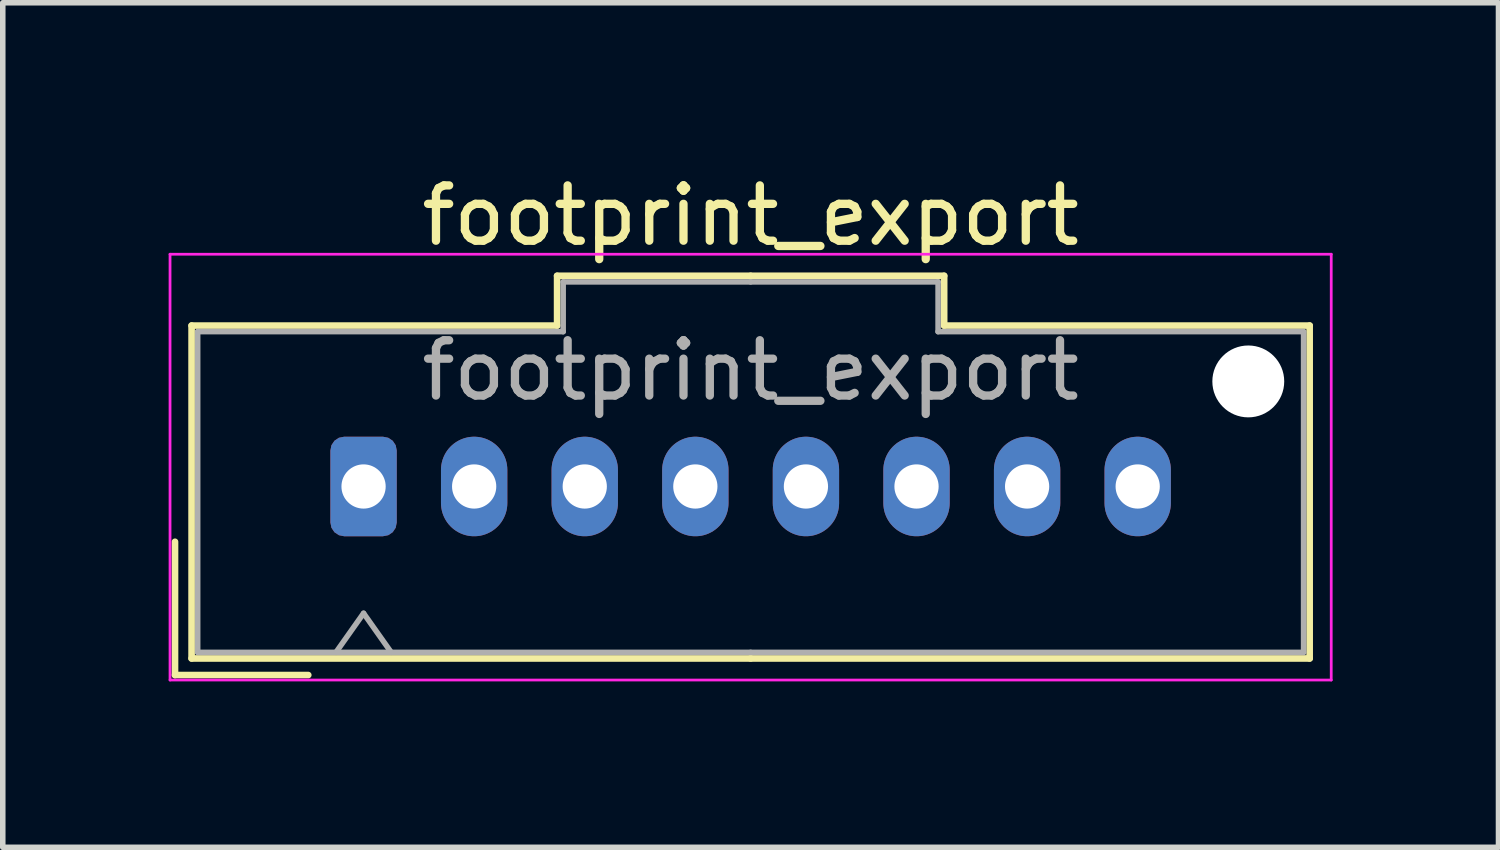
<source format=kicad_pcb>
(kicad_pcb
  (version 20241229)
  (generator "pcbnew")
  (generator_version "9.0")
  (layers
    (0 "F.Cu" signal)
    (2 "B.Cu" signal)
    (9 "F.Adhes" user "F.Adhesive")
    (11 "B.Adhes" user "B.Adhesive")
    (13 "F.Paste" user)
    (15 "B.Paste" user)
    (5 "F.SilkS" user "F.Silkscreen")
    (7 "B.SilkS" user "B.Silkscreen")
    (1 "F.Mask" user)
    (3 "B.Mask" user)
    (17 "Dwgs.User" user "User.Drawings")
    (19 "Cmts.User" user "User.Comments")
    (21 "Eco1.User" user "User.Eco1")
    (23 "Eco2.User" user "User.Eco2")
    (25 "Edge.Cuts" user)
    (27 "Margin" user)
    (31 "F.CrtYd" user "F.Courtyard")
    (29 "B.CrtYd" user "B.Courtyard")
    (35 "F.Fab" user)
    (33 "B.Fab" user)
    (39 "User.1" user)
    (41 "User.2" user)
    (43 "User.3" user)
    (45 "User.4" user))
  (footprint "footprint_export"
    (layer "F.Cu")
    (at 3.525 5.748)
    (property "Reference" "footprint_export" (at 7 -4.9 0) (layer "F.SilkS") (effects (font (size 1 1) (thickness 0.15))))
    (attr through_hole)
    (fp_line (start -3.41 1) (end -3.41 3.41) (stroke (width 0.12) (type solid)) (layer "F.SilkS"))
    (fp_line (start -3.41 3.41) (end -1 3.41) (stroke (width 0.12) (type solid)) (layer "F.SilkS"))
    (fp_line (start -3.11 -2.91) (end -3.11 3.11) (stroke (width 0.12) (type solid)) (layer "F.SilkS"))
    (fp_line (start -3.11 3.11) (end 7 3.11) (stroke (width 0.12) (type solid)) (layer "F.SilkS"))
    (fp_line (start 3.5 -3.81) (end 3.5 -2.91) (stroke (width 0.12) (type solid)) (layer "F.SilkS"))
    (fp_line (start 3.5 -2.91) (end -3.11 -2.91) (stroke (width 0.12) (type solid)) (layer "F.SilkS"))
    (fp_line (start 7 -3.81) (end 3.5 -3.81) (stroke (width 0.12) (type solid)) (layer "F.SilkS"))
    (fp_line (start 7 -3.81) (end 10.5 -3.81) (stroke (width 0.12) (type solid)) (layer "F.SilkS"))
    (fp_line (start 10.5 -3.81) (end 10.5 -2.91) (stroke (width 0.12) (type solid)) (layer "F.SilkS"))
    (fp_line (start 10.5 -2.91) (end 17.11 -2.91) (stroke (width 0.12) (type solid)) (layer "F.SilkS"))
    (fp_line (start 17.11 -2.91) (end 17.11 3.11) (stroke (width 0.12) (type solid)) (layer "F.SilkS"))
    (fp_line (start 17.11 3.11) (end 7 3.11) (stroke (width 0.12) (type solid)) (layer "F.SilkS"))
    (fp_line (start -3.5 -4.2) (end -3.5 3.5) (stroke (width 0.05) (type solid)) (layer "F.CrtYd"))
    (fp_line (start -3.5 3.5) (end 17.5 3.5) (stroke (width 0.05) (type solid)) (layer "F.CrtYd"))
    (fp_line (start 17.5 -4.2) (end -3.5 -4.2) (stroke (width 0.05) (type solid)) (layer "F.CrtYd"))
    (fp_line (start 17.5 3.5) (end 17.5 -4.2) (stroke (width 0.05) (type solid)) (layer "F.CrtYd"))
    (fp_line (start -3 -2.8) (end -3 3) (stroke (width 0.1) (type solid)) (layer "F.Fab"))
    (fp_line (start -3 3) (end 7 3) (stroke (width 0.1) (type solid)) (layer "F.Fab"))
    (fp_line (start -0.5 3) (end 0 2.293) (stroke (width 0.1) (type solid)) (layer "F.Fab"))
    (fp_line (start 0 2.293) (end 0.5 3) (stroke (width 0.1) (type solid)) (layer "F.Fab"))
    (fp_line (start 3.61 -3.7) (end 3.61 -2.8) (stroke (width 0.1) (type solid)) (layer "F.Fab"))
    (fp_line (start 3.61 -2.8) (end -3 -2.8) (stroke (width 0.1) (type solid)) (layer "F.Fab"))
    (fp_line (start 7 -3.7) (end 3.61 -3.7) (stroke (width 0.1) (type solid)) (layer "F.Fab"))
    (fp_line (start 7 -3.7) (end 10.39 -3.7) (stroke (width 0.1) (type solid)) (layer "F.Fab"))
    (fp_line (start 10.39 -3.7) (end 10.39 -2.8) (stroke (width 0.1) (type solid)) (layer "F.Fab"))
    (fp_line (start 10.39 -2.8) (end 17 -2.8) (stroke (width 0.1) (type solid)) (layer "F.Fab"))
    (fp_line (start 17 -2.8) (end 17 3) (stroke (width 0.1) (type solid)) (layer "F.Fab"))
    (fp_line (start 17 3) (end 7 3) (stroke (width 0.1) (type solid)) (layer "F.Fab"))
    (fp_text user "${REFERENCE}" (at 7 -2.1 0) (layer "F.Fab") (effects (font (size 1 1) (thickness 0.15))))
    (pad "" np_thru_hole circle (at 16 -1.9) (size 1.3 1.3) (drill 1.3) (layers "*.Cu" "*.Mask"))
    (pad "1" thru_hole roundrect (at 0 0) (size 1.2 1.8) (drill 0.8) (layers "*.Cu" "*.Mask") (roundrect_rratio 0.208))
    (pad "2" thru_hole oval (at 2 0) (size 1.2 1.8) (drill 0.8) (layers "*.Cu" "*.Mask"))
    (pad "3" thru_hole oval (at 4 0) (size 1.2 1.8) (drill 0.8) (layers "*.Cu" "*.Mask"))
    (pad "4" thru_hole oval (at 6 0) (size 1.2 1.8) (drill 0.8) (layers "*.Cu" "*.Mask"))
    (pad "5" thru_hole oval (at 8 0) (size 1.2 1.8) (drill 0.8) (layers "*.Cu" "*.Mask"))
    (pad "6" thru_hole oval (at 10 0) (size 1.2 1.8) (drill 0.8) (layers "*.Cu" "*.Mask"))
    (pad "7" thru_hole oval (at 12 0) (size 1.2 1.8) (drill 0.8) (layers "*.Cu" "*.Mask"))
    (pad "8" thru_hole oval (at 14 0) (size 1.2 1.8) (drill 0.8) (layers "*.Cu" "*.Mask")))
  (gr_rect
    (start -3 -3)
    (end 24.05 12.273)
    (stroke (width 0.1) (type default))
    (fill no)
    (layer "Edge.Cuts")))
</source>
